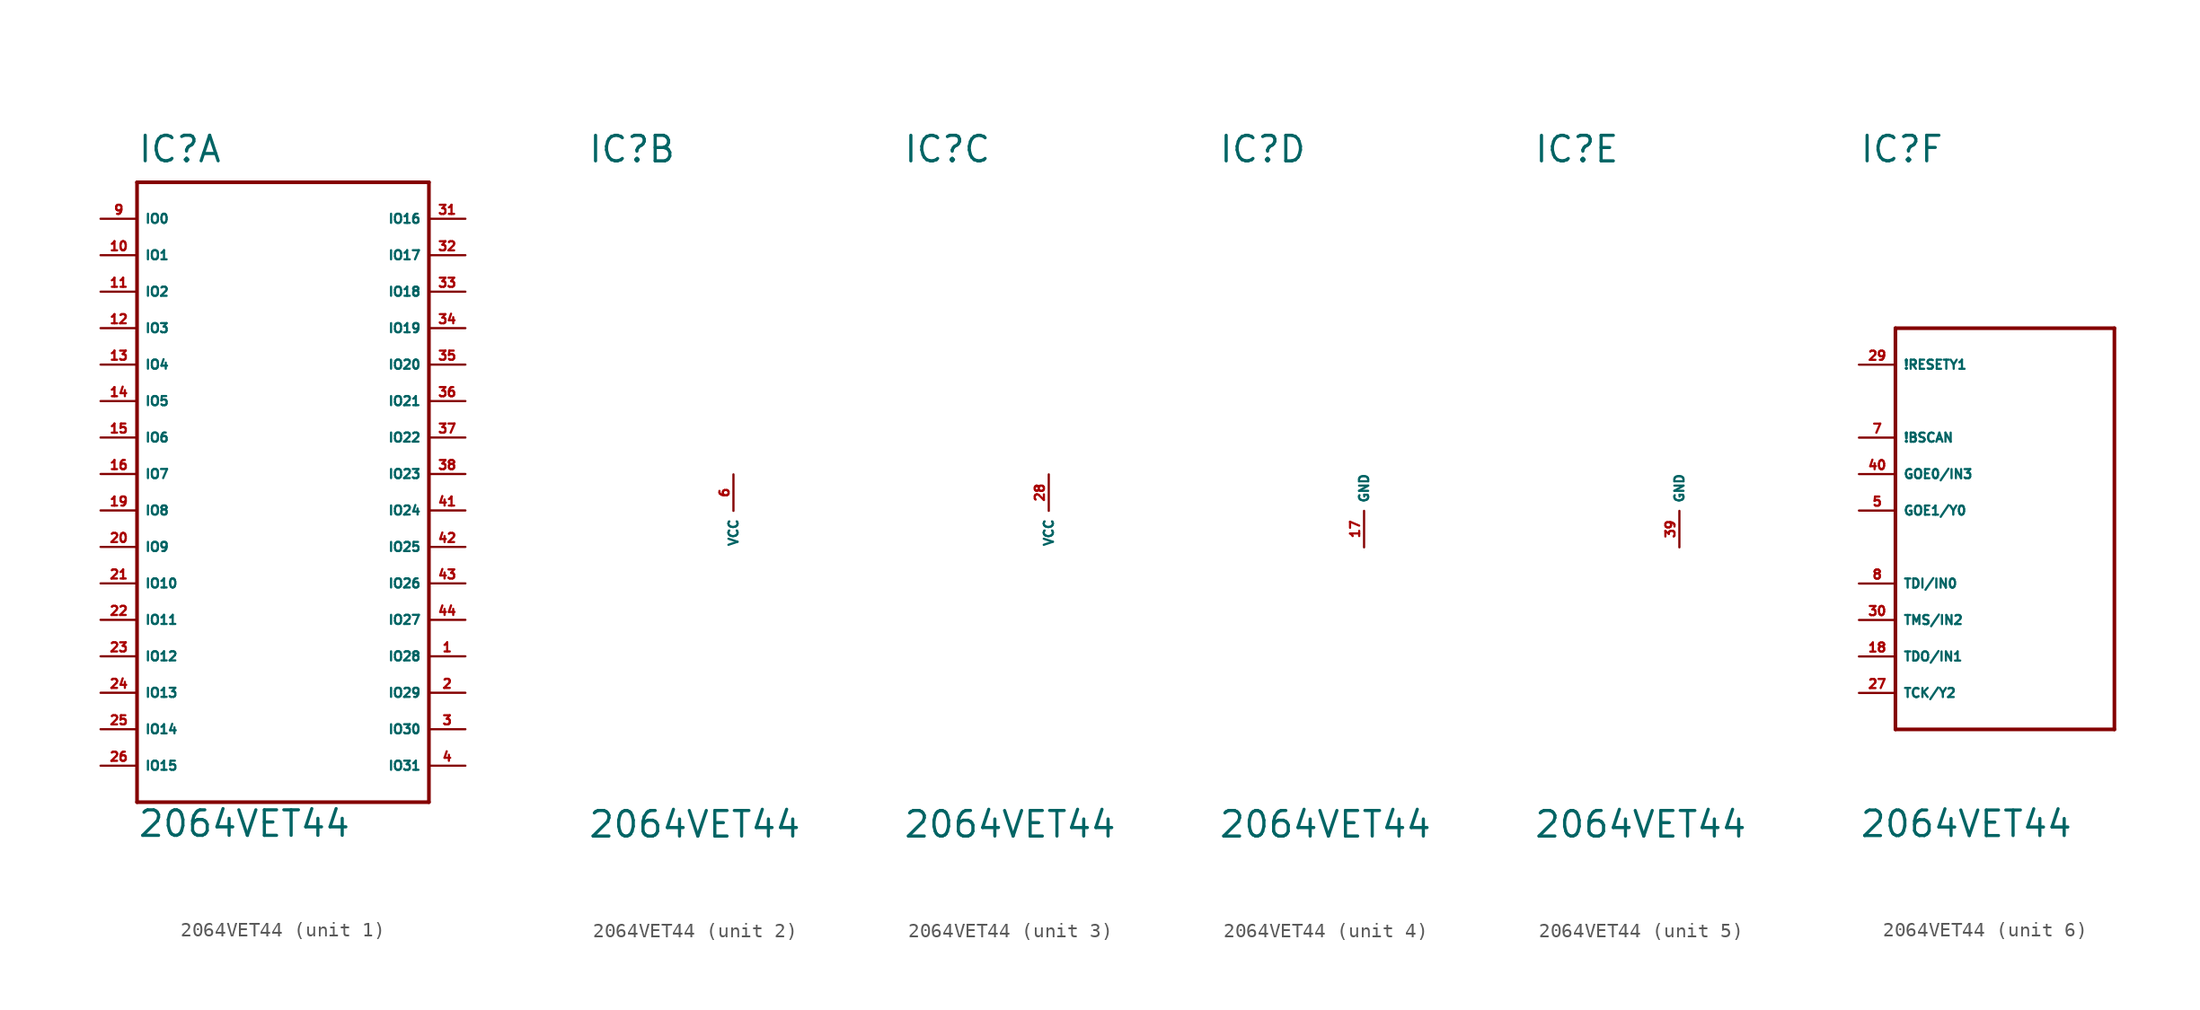
<source format=kicad_sym>
(kicad_symbol_lib
  (version 20220914)
  (generator Eagle2Kicad)
  (symbol "2064VET44"
    (property "Reference" "IC"
      (at -10.16 24.13 0)
      (effects (font (size 1.778 1.778) (thickness 0.22)) (justify left bottom)))
    (property "Value" "2064VET44"
      (at -10.16 -22.86 0)
      (effects (font (size 1.778 1.778) (thickness 0.22)) (justify left bottom)))
    (symbol "2064VET44_1_0"
      (polyline (pts (xy -10.16 22.86) (xy 10.16 22.86)) (stroke (width 0.254) (type default)) (fill (type none)))
      (polyline (pts (xy 10.16 22.86) (xy 10.16 -20.32)) (stroke (width 0.254) (type default)) (fill (type none)))
      (polyline (pts (xy 10.16 -20.32) (xy -10.16 -20.32)) (stroke (width 0.254) (type default)) (fill (type none)))
      (polyline (pts (xy -10.16 -20.32) (xy -10.16 22.86)) (stroke (width 0.254) (type default)) (fill (type none)))
      (pin bidirectional line (at -12.7 20.32 0) (length 2.54) (name "IO0" (effects (font (size 0.635 0.635) (thickness 0.08)) (justify left bottom))) (number "9" (effects (font (size 0.635 0.635) (thickness 0.08)) (justify left bottom))))
      (pin bidirectional line (at -12.7 17.78 0) (length 2.54) (name "IO1" (effects (font (size 0.635 0.635) (thickness 0.08)) (justify left bottom))) (number "10" (effects (font (size 0.635 0.635) (thickness 0.08)) (justify left bottom))))
      (pin bidirectional line (at -12.7 15.24 0) (length 2.54) (name "IO2" (effects (font (size 0.635 0.635) (thickness 0.08)) (justify left bottom))) (number "11" (effects (font (size 0.635 0.635) (thickness 0.08)) (justify left bottom))))
      (pin bidirectional line (at -12.7 12.7 0) (length 2.54) (name "IO3" (effects (font (size 0.635 0.635) (thickness 0.08)) (justify left bottom))) (number "12" (effects (font (size 0.635 0.635) (thickness 0.08)) (justify left bottom))))
      (pin bidirectional line (at -12.7 10.16 0) (length 2.54) (name "IO4" (effects (font (size 0.635 0.635) (thickness 0.08)) (justify left bottom))) (number "13" (effects (font (size 0.635 0.635) (thickness 0.08)) (justify left bottom))))
      (pin bidirectional line (at -12.7 7.62 0) (length 2.54) (name "IO5" (effects (font (size 0.635 0.635) (thickness 0.08)) (justify left bottom))) (number "14" (effects (font (size 0.635 0.635) (thickness 0.08)) (justify left bottom))))
      (pin bidirectional line (at -12.7 5.08 0) (length 2.54) (name "IO6" (effects (font (size 0.635 0.635) (thickness 0.08)) (justify left bottom))) (number "15" (effects (font (size 0.635 0.635) (thickness 0.08)) (justify left bottom))))
      (pin bidirectional line (at -12.7 2.54 0) (length 2.54) (name "IO7" (effects (font (size 0.635 0.635) (thickness 0.08)) (justify left bottom))) (number "16" (effects (font (size 0.635 0.635) (thickness 0.08)) (justify left bottom))))
      (pin bidirectional line (at -12.7 0 0) (length 2.54) (name "IO8" (effects (font (size 0.635 0.635) (thickness 0.08)) (justify left bottom))) (number "19" (effects (font (size 0.635 0.635) (thickness 0.08)) (justify left bottom))))
      (pin bidirectional line (at -12.7 -2.54 0) (length 2.54) (name "IO9" (effects (font (size 0.635 0.635) (thickness 0.08)) (justify left bottom))) (number "20" (effects (font (size 0.635 0.635) (thickness 0.08)) (justify left bottom))))
      (pin bidirectional line (at -12.7 -5.08 0) (length 2.54) (name "IO10" (effects (font (size 0.635 0.635) (thickness 0.08)) (justify left bottom))) (number "21" (effects (font (size 0.635 0.635) (thickness 0.08)) (justify left bottom))))
      (pin bidirectional line (at -12.7 -7.62 0) (length 2.54) (name "IO11" (effects (font (size 0.635 0.635) (thickness 0.08)) (justify left bottom))) (number "22" (effects (font (size 0.635 0.635) (thickness 0.08)) (justify left bottom))))
      (pin bidirectional line (at -12.7 -10.16 0) (length 2.54) (name "IO12" (effects (font (size 0.635 0.635) (thickness 0.08)) (justify left bottom))) (number "23" (effects (font (size 0.635 0.635) (thickness 0.08)) (justify left bottom))))
      (pin bidirectional line (at -12.7 -12.7 0) (length 2.54) (name "IO13" (effects (font (size 0.635 0.635) (thickness 0.08)) (justify left bottom))) (number "24" (effects (font (size 0.635 0.635) (thickness 0.08)) (justify left bottom))))
      (pin bidirectional line (at -12.7 -15.24 0) (length 2.54) (name "IO14" (effects (font (size 0.635 0.635) (thickness 0.08)) (justify left bottom))) (number "25" (effects (font (size 0.635 0.635) (thickness 0.08)) (justify left bottom))))
      (pin bidirectional line (at -12.7 -17.78 0) (length 2.54) (name "IO15" (effects (font (size 0.635 0.635) (thickness 0.08)) (justify left bottom))) (number "26" (effects (font (size 0.635 0.635) (thickness 0.08)) (justify left bottom))))
      (pin bidirectional line (at 12.7 20.32 180) (length 2.54) (name "IO16" (effects (font (size 0.635 0.635) (thickness 0.08)) (justify left bottom))) (number "31" (effects (font (size 0.635 0.635) (thickness 0.08)) (justify left bottom))))
      (pin bidirectional line (at 12.7 17.78 180) (length 2.54) (name "IO17" (effects (font (size 0.635 0.635) (thickness 0.08)) (justify left bottom))) (number "32" (effects (font (size 0.635 0.635) (thickness 0.08)) (justify left bottom))))
      (pin bidirectional line (at 12.7 15.24 180) (length 2.54) (name "IO18" (effects (font (size 0.635 0.635) (thickness 0.08)) (justify left bottom))) (number "33" (effects (font (size 0.635 0.635) (thickness 0.08)) (justify left bottom))))
      (pin bidirectional line (at 12.7 12.7 180) (length 2.54) (name "IO19" (effects (font (size 0.635 0.635) (thickness 0.08)) (justify left bottom))) (number "34" (effects (font (size 0.635 0.635) (thickness 0.08)) (justify left bottom))))
      (pin bidirectional line (at 12.7 10.16 180) (length 2.54) (name "IO20" (effects (font (size 0.635 0.635) (thickness 0.08)) (justify left bottom))) (number "35" (effects (font (size 0.635 0.635) (thickness 0.08)) (justify left bottom))))
      (pin bidirectional line (at 12.7 7.62 180) (length 2.54) (name "IO21" (effects (font (size 0.635 0.635) (thickness 0.08)) (justify left bottom))) (number "36" (effects (font (size 0.635 0.635) (thickness 0.08)) (justify left bottom))))
      (pin bidirectional line (at 12.7 5.08 180) (length 2.54) (name "IO22" (effects (font (size 0.635 0.635) (thickness 0.08)) (justify left bottom))) (number "37" (effects (font (size 0.635 0.635) (thickness 0.08)) (justify left bottom))))
      (pin bidirectional line (at 12.7 2.54 180) (length 2.54) (name "IO23" (effects (font (size 0.635 0.635) (thickness 0.08)) (justify left bottom))) (number "38" (effects (font (size 0.635 0.635) (thickness 0.08)) (justify left bottom))))
      (pin bidirectional line (at 12.7 0 180) (length 2.54) (name "IO24" (effects (font (size 0.635 0.635) (thickness 0.08)) (justify left bottom))) (number "41" (effects (font (size 0.635 0.635) (thickness 0.08)) (justify left bottom))))
      (pin bidirectional line (at 12.7 -2.54 180) (length 2.54) (name "IO25" (effects (font (size 0.635 0.635) (thickness 0.08)) (justify left bottom))) (number "42" (effects (font (size 0.635 0.635) (thickness 0.08)) (justify left bottom))))
      (pin bidirectional line (at 12.7 -5.08 180) (length 2.54) (name "IO26" (effects (font (size 0.635 0.635) (thickness 0.08)) (justify left bottom))) (number "43" (effects (font (size 0.635 0.635) (thickness 0.08)) (justify left bottom))))
      (pin bidirectional line (at 12.7 -7.62 180) (length 2.54) (name "IO27" (effects (font (size 0.635 0.635) (thickness 0.08)) (justify left bottom))) (number "44" (effects (font (size 0.635 0.635) (thickness 0.08)) (justify left bottom))))
      (pin bidirectional line (at 12.7 -10.16 180) (length 2.54) (name "IO28" (effects (font (size 0.635 0.635) (thickness 0.08)) (justify left bottom))) (number "1" (effects (font (size 0.635 0.635) (thickness 0.08)) (justify left bottom))))
      (pin bidirectional line (at 12.7 -12.7 180) (length 2.54) (name "IO29" (effects (font (size 0.635 0.635) (thickness 0.08)) (justify left bottom))) (number "2" (effects (font (size 0.635 0.635) (thickness 0.08)) (justify left bottom))))
      (pin bidirectional line (at 12.7 -15.24 180) (length 2.54) (name "IO30" (effects (font (size 0.635 0.635) (thickness 0.08)) (justify left bottom))) (number "3" (effects (font (size 0.635 0.635) (thickness 0.08)) (justify left bottom))))
      (pin bidirectional line (at 12.7 -17.78 180) (length 2.54) (name "IO31" (effects (font (size 0.635 0.635) (thickness 0.08)) (justify left bottom))) (number "4" (effects (font (size 0.635 0.635) (thickness 0.08)) (justify left bottom)))))
    (symbol "2064VET44_2_0"
      (pin unspecified line (at 0 2.54 270) (length 2.54) (name "VCC" (effects (font (size 0.635 0.635) (thickness 0.08)) (justify left bottom))) (number "6" (effects (font (size 0.635 0.635) (thickness 0.08)) (justify left bottom)))))
    (symbol "2064VET44_3_0"
      (pin unspecified line (at 0 2.54 270) (length 2.54) (name "VCC" (effects (font (size 0.635 0.635) (thickness 0.08)) (justify left bottom))) (number "28" (effects (font (size 0.635 0.635) (thickness 0.08)) (justify left bottom)))))
    (symbol "2064VET44_4_0"
      (pin unspecified line (at 0 -2.54 90) (length 2.54) (name "GND" (effects (font (size 0.635 0.635) (thickness 0.08)) (justify left bottom))) (number "17" (effects (font (size 0.635 0.635) (thickness 0.08)) (justify left bottom)))))
    (symbol "2064VET44_5_0"
      (pin unspecified line (at 0 -2.54 90) (length 2.54) (name "GND" (effects (font (size 0.635 0.635) (thickness 0.08)) (justify left bottom))) (number "39" (effects (font (size 0.635 0.635) (thickness 0.08)) (justify left bottom)))))
    (symbol "2064VET44_6_0"
      (polyline (pts (xy -7.62 12.7) (xy 7.62 12.7)) (stroke (width 0.254) (type default)) (fill (type none)))
      (polyline (pts (xy 7.62 12.7) (xy 7.62 -15.24)) (stroke (width 0.254) (type default)) (fill (type none)))
      (polyline (pts (xy 7.62 -15.24) (xy -7.62 -15.24)) (stroke (width 0.254) (type default)) (fill (type none)))
      (polyline (pts (xy -7.62 -15.24) (xy -7.62 12.7)) (stroke (width 0.254) (type default)) (fill (type none)))
      (pin input line (at -10.16 10.16 0) (length 2.54) (name "!RESETY1" (effects (font (size 0.635 0.635) (thickness 0.08)) (justify left bottom))) (number "29" (effects (font (size 0.635 0.635) (thickness 0.08)) (justify left bottom))))
      (pin input line (at -10.16 5.08 0) (length 2.54) (name "!BSCAN" (effects (font (size 0.635 0.635) (thickness 0.08)) (justify left bottom))) (number "7" (effects (font (size 0.635 0.635) (thickness 0.08)) (justify left bottom))))
      (pin input line (at -10.16 2.54 0) (length 2.54) (name "GOE0/IN3" (effects (font (size 0.635 0.635) (thickness 0.08)) (justify left bottom))) (number "40" (effects (font (size 0.635 0.635) (thickness 0.08)) (justify left bottom))))
      (pin input line (at -10.16 0 0) (length 2.54) (name "GOE1/Y0" (effects (font (size 0.635 0.635) (thickness 0.08)) (justify left bottom))) (number "5" (effects (font (size 0.635 0.635) (thickness 0.08)) (justify left bottom))))
      (pin input line (at -10.16 -10.16 0) (length 2.54) (name "TDO/IN1" (effects (font (size 0.635 0.635) (thickness 0.08)) (justify left bottom))) (number "18" (effects (font (size 0.635 0.635) (thickness 0.08)) (justify left bottom))))
      (pin input line (at -10.16 -12.7 0) (length 2.54) (name "TCK/Y2" (effects (font (size 0.635 0.635) (thickness 0.08)) (justify left bottom))) (number "27" (effects (font (size 0.635 0.635) (thickness 0.08)) (justify left bottom))))
      (pin input line (at -10.16 -5.08 0) (length 2.54) (name "TDI/IN0" (effects (font (size 0.635 0.635) (thickness 0.08)) (justify left bottom))) (number "8" (effects (font (size 0.635 0.635) (thickness 0.08)) (justify left bottom))))
      (pin input line (at -10.16 -7.62 0) (length 2.54) (name "TMS/IN2" (effects (font (size 0.635 0.635) (thickness 0.08)) (justify left bottom))) (number "30" (effects (font (size 0.635 0.635) (thickness 0.08)) (justify left bottom)))))))
</source>
